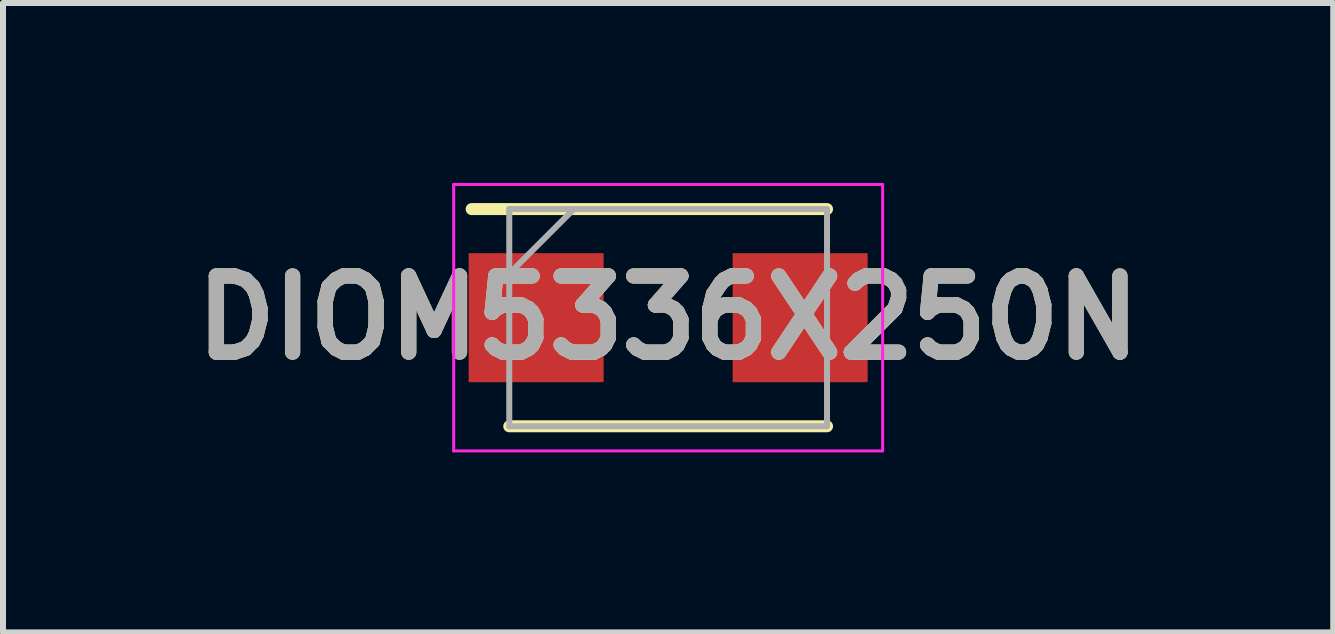
<source format=kicad_pcb>
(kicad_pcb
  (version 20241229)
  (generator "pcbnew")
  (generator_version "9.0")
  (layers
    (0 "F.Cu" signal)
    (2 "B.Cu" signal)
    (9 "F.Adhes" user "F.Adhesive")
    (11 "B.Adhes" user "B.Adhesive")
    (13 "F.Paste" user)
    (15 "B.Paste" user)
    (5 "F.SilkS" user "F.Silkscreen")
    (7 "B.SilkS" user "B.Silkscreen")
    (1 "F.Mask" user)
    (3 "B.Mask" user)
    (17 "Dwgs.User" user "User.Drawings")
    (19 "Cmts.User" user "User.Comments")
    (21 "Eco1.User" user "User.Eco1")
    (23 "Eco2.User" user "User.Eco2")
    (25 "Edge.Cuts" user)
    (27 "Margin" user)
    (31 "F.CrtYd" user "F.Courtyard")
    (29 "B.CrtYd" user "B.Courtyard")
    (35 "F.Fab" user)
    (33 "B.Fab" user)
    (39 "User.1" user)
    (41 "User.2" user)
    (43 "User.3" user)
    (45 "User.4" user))
  (footprint "DIOM5336X250N"
    (layer "F.Cu")
    (at 8.086 2.245)
    (property "Reference" "DIOM5336X250N" (at 0 0 0) (layer "F.SilkS") (effects (font (size 1.27 1.27) (thickness 0.254))))
    (attr smd)
    (fp_line (start -2.648 1.81) (end 2.648 1.81) (stroke (width 0.2) (type solid)) (layer "F.SilkS"))
    (fp_line (start 2.648 -1.81) (end -3.275 -1.81) (stroke (width 0.2) (type solid)) (layer "F.SilkS"))
    (fp_line (start -3.575 -2.22) (end 3.575 -2.22) (stroke (width 0.05) (type solid)) (layer "F.CrtYd"))
    (fp_line (start -3.575 2.22) (end -3.575 -2.22) (stroke (width 0.05) (type solid)) (layer "F.CrtYd"))
    (fp_line (start 3.575 -2.22) (end 3.575 2.22) (stroke (width 0.05) (type solid)) (layer "F.CrtYd"))
    (fp_line (start 3.575 2.22) (end -3.575 2.22) (stroke (width 0.05) (type solid)) (layer "F.CrtYd"))
    (fp_line (start -2.648 -1.81) (end 2.648 -1.81) (stroke (width 0.1) (type solid)) (layer "F.Fab"))
    (fp_line (start -2.648 -0.735) (end -1.572 -1.81) (stroke (width 0.1) (type solid)) (layer "F.Fab"))
    (fp_line (start -2.648 1.81) (end -2.648 -1.81) (stroke (width 0.1) (type solid)) (layer "F.Fab"))
    (fp_line (start 2.648 -1.81) (end 2.648 1.81) (stroke (width 0.1) (type solid)) (layer "F.Fab"))
    (fp_line (start 2.648 1.81) (end -2.648 1.81) (stroke (width 0.1) (type solid)) (layer "F.Fab"))
    (fp_text user "${REFERENCE}" (at 0 0 0) (layer "F.Fab") (effects (font (size 1.27 1.27) (thickness 0.254))))
    (pad "1" smd rect (at -2.2 0 90) (size 2.15 2.25) (layers "F.Cu" "F.Mask" "F.Paste"))
    (pad "2" smd rect (at 2.2 0 90) (size 2.15 2.25) (layers "F.Cu" "F.Mask" "F.Paste")))
  (gr_rect
    (start -3 -3)
    (end 19.171 7.49)
    (stroke (width 0.1) (type default))
    (fill no)
    (layer "Edge.Cuts")))
</source>
